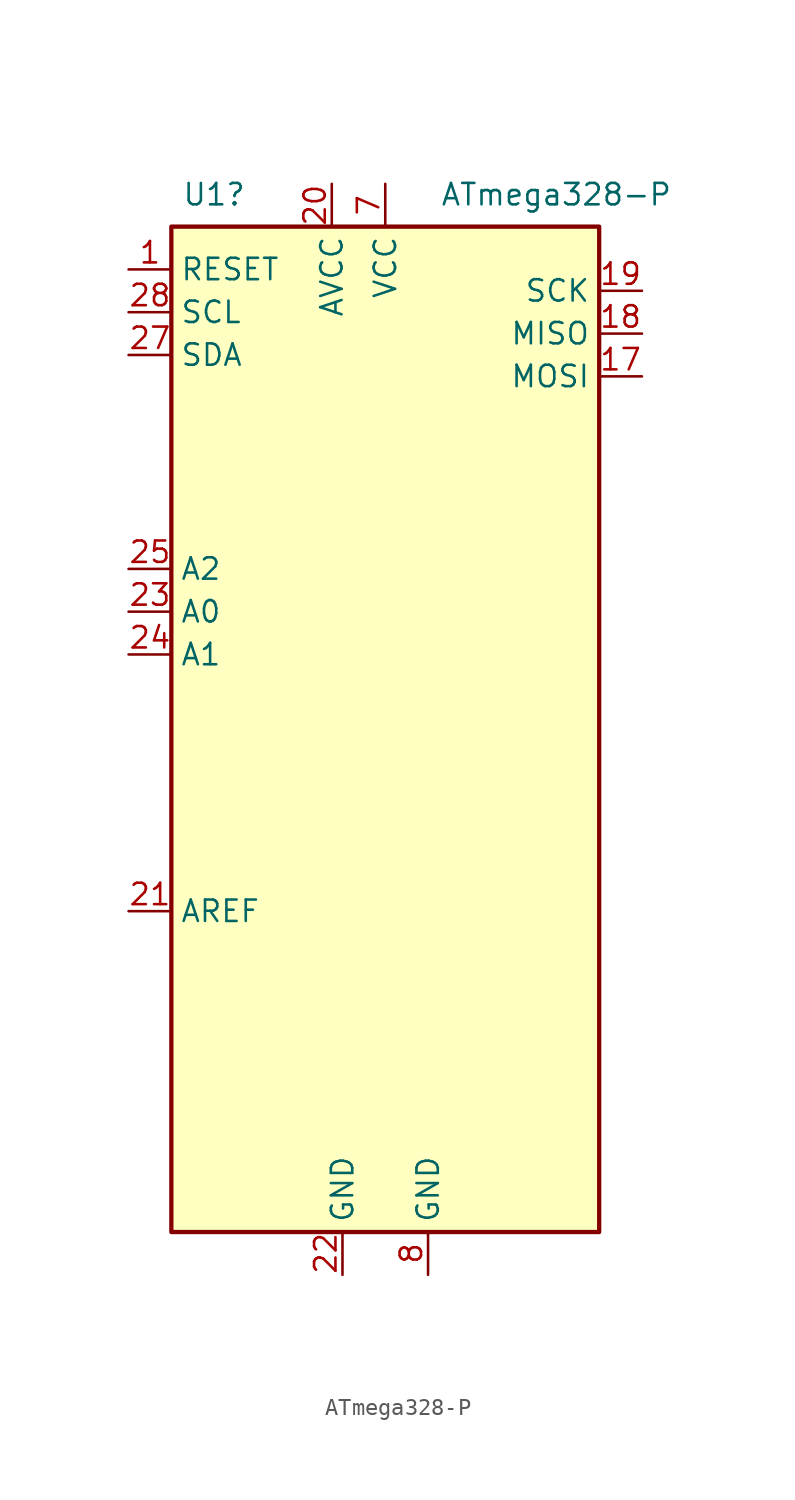
<source format=kicad_sym>
(kicad_symbol_lib
  (version 20211014)
  (generator kicad_symbol_editor)
  (symbol "ATmega328-P"
    (property "Reference" "U1"
      (at -10.16 23.495 0)
      (effects (font (size 1.27 1.27))))
    (property "Value" "ATmega328-P"
      (at 10.16 23.495 0)
      (effects (font (size 1.27 1.27))))
    (symbol "ATmega328-P_0_1"
      (rectangle (start -12.7 21.59) (end 12.7 -38.1) (stroke (width 0.254) (type default) (color 0 0 0 0)) (fill (type background))))
    (symbol "ATmega328-P_1_1"
      (pin bidirectional line (at -15.24 19.05 0) (length 2.54) (name "RESET" (effects (font (size 1.27 1.27)))) (number "1" (effects (font (size 1.27 1.27)))))
      (pin bidirectional line (at 15.24 12.7 180) (length 2.54) (name "MOSI" (effects (font (size 1.27 1.27)))) (number "17" (effects (font (size 1.27 1.27)))))
      (pin bidirectional line (at 15.24 15.24 180) (length 2.54) (name "MISO" (effects (font (size 1.27 1.27)))) (number "18" (effects (font (size 1.27 1.27)))))
      (pin bidirectional line (at 15.24 17.78 180) (length 2.54) (name "SCK" (effects (font (size 1.27 1.27)))) (number "19" (effects (font (size 1.27 1.27)))))
      (pin power_in line (at -3.175 24.13 270) (length 2.54) (name "AVCC" (effects (font (size 1.27 1.27)))) (number "20" (effects (font (size 1.27 1.27)))))
      (pin passive line (at -15.24 -19.05 0) (length 2.54) (name "AREF" (effects (font (size 1.27 1.27)))) (number "21" (effects (font (size 1.27 1.27)))))
      (pin power_in line (at -2.54 -40.64 90) (length 2.54) (name "GND" (effects (font (size 1.27 1.27)))) (number "22" (effects (font (size 1.27 1.27)))))
      (pin bidirectional line (at -15.24 -1.27 0) (length 2.54) (name "A0" (effects (font (size 1.27 1.27)))) (number "23" (effects (font (size 1.27 1.27)))))
      (pin bidirectional line (at -15.24 -3.81 0) (length 2.54) (name "A1" (effects (font (size 1.27 1.27)))) (number "24" (effects (font (size 1.27 1.27)))))
      (pin bidirectional line (at -15.24 1.27 0) (length 2.54) (name "A2" (effects (font (size 1.27 1.27)))) (number "25" (effects (font (size 1.27 1.27)))))
      (pin bidirectional line (at -15.24 13.97 0) (length 2.54) (name "SDA" (effects (font (size 1.27 1.27)))) (number "27" (effects (font (size 1.27 1.27)))))
      (pin bidirectional line (at -15.24 16.51 0) (length 2.54) (name "SCL" (effects (font (size 1.27 1.27)))) (number "28" (effects (font (size 1.27 1.27)))))
      (pin power_in line (at 0 24.13 270) (length 2.54) (name "VCC" (effects (font (size 1.27 1.27)))) (number "7" (effects (font (size 1.27 1.27)))))
      (pin power_in line (at 2.54 -40.64 90) (length 2.54) (name "GND" (effects (font (size 1.27 1.27)))) (number "8" (effects (font (size 1.27 1.27))))))))
</source>
